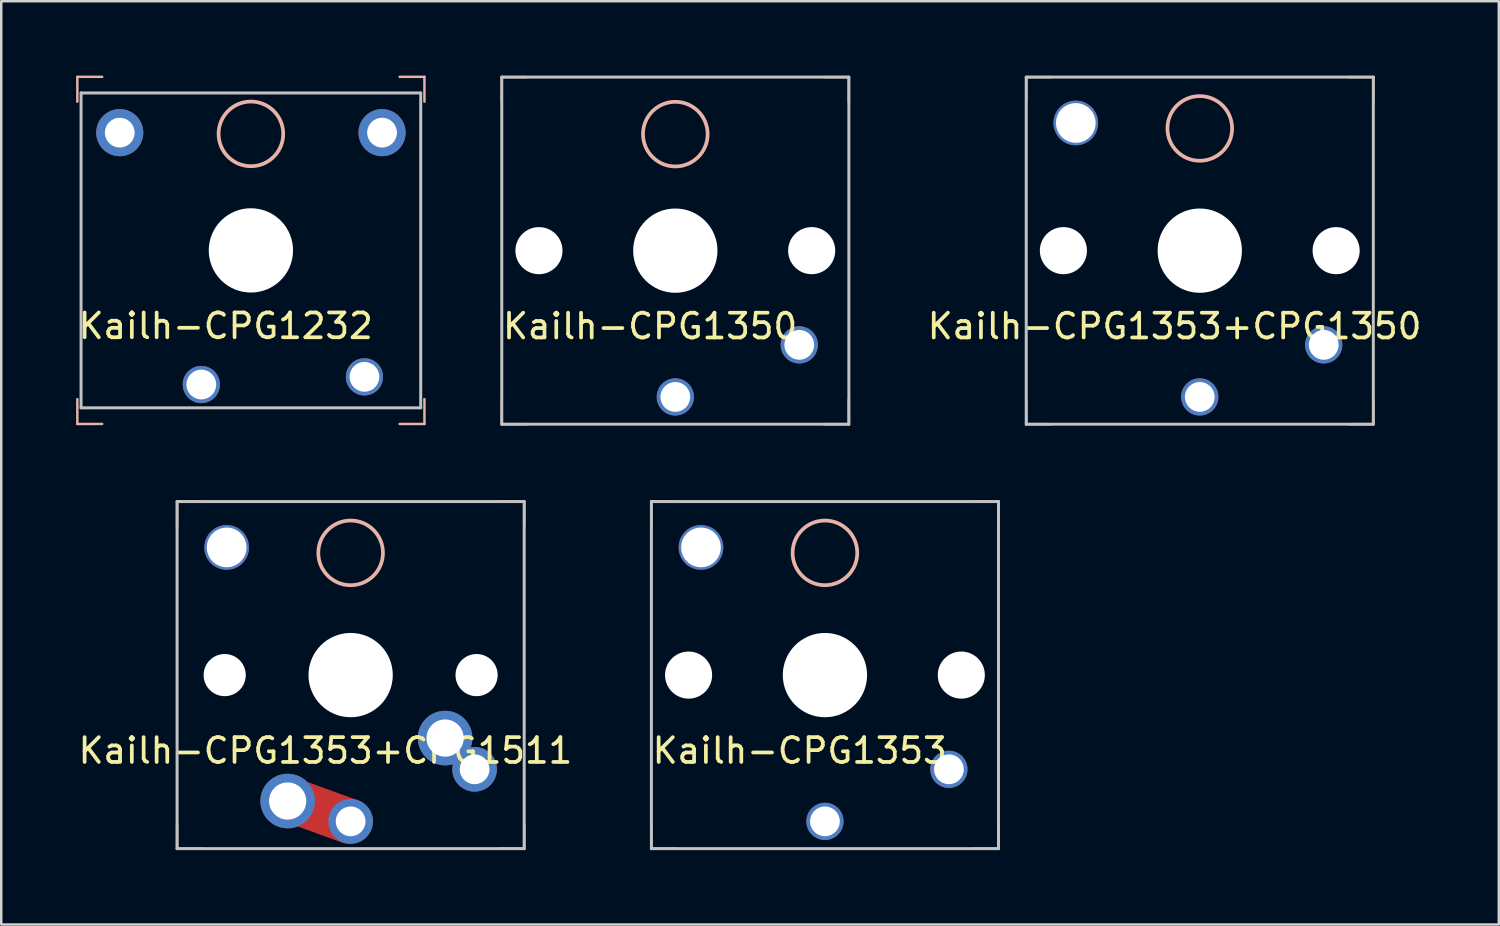
<source format=kicad_pcb>
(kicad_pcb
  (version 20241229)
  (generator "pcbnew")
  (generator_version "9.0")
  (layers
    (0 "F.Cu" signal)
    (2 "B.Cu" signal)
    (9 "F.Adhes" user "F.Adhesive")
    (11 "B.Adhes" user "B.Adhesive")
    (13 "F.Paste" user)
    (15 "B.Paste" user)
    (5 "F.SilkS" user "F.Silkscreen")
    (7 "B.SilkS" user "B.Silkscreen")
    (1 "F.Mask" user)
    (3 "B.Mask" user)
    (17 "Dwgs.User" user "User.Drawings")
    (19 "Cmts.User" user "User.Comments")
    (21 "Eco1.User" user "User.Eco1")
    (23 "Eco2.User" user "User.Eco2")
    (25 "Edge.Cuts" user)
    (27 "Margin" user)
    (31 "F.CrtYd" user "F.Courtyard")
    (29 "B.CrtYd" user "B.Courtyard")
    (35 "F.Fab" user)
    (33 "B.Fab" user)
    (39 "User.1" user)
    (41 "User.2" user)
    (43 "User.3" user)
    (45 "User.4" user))
  (footprint "Kailh-CPG1353"
    (layer "F.Cu")
    (at 30.224 24.18)
    (property "Reference" "Kailh-CPG1353" (at -1.016 3.048 0) (layer "F.SilkS") (effects (font (size 1 1) (thickness 0.15))))
    (attr smd)
    (fp_line (start -7 -7) (end -7 -6) (stroke (width 0.1) (type solid)) (layer "B.SilkS"))
    (fp_line (start -7 6) (end -7 7) (stroke (width 0.1) (type solid)) (layer "B.SilkS"))
    (fp_line (start -7 7) (end -6 7) (stroke (width 0.1) (type solid)) (layer "B.SilkS"))
    (fp_line (start -6 -7) (end -7 -7) (stroke (width 0.1) (type solid)) (layer "B.SilkS"))
    (fp_line (start 6 7) (end 7 7) (stroke (width 0.1) (type solid)) (layer "B.SilkS"))
    (fp_line (start 7 -7) (end 6 -7) (stroke (width 0.1) (type solid)) (layer "B.SilkS"))
    (fp_line (start 7 -6) (end 7 -7) (stroke (width 0.1) (type solid)) (layer "B.SilkS"))
    (fp_line (start 7 7) (end 7 6) (stroke (width 0.1) (type solid)) (layer "B.SilkS"))
    (fp_circle (center 0 -4.93) (end 1.304 -4.93) (stroke (width 0.15) (type solid)) (fill no) (layer "B.SilkS"))
    (fp_line (start -7 -7) (end 7 -7) (stroke (width 0.12) (type solid)) (layer "Dwgs.User"))
    (fp_line (start -7 7) (end -7 -7) (stroke (width 0.12) (type solid)) (layer "Dwgs.User"))
    (fp_line (start 7 -7) (end 7 7) (stroke (width 0.12) (type solid)) (layer "Dwgs.User"))
    (fp_line (start 7 7) (end -7 7) (stroke (width 0.12) (type solid)) (layer "Dwgs.User"))
    (pad "" np_thru_hole circle (at -5.5 0) (size 1.9 1.9) (drill 1.9) (layers "*.Cu" "*.Mask"))
    (pad "" thru_hole circle (at -5 -5.15) (size 1.8 1.8) (drill 1.6) (layers "*.Cu" "*.Mask"))
    (pad "" np_thru_hole circle (at 0 0) (size 3.4 3.4) (drill 5) (layers "*.Cu" "*.Mask"))
    (pad "" np_thru_hole circle (at 5.5 0) (size 1.9 1.9) (drill 1.9) (layers "*.Cu" "*.Mask"))
    (pad "1" thru_hole circle (at 5 3.8 180) (size 1.5 1.5) (drill 1.2) (layers "*.Cu" "*.Mask"))
    (pad "2" thru_hole circle (at 0 5.9 180) (size 1.5 1.5) (drill 1.2) (layers "*.Cu" "*.Mask")))
  (footprint "Kailh-CPG1353+CPG1350"
    (layer "F.Cu")
    (at 45.343 7.06)
    (property "Reference" "Kailh-CPG1353+CPG1350" (at -1.016 3.048 0) (layer "F.SilkS") (effects (font (size 1 1) (thickness 0.15))))
    (attr smd)
    (fp_line (start -7 -7) (end -7 -6) (stroke (width 0.1) (type solid)) (layer "B.SilkS"))
    (fp_line (start -7 6) (end -7 7) (stroke (width 0.1) (type solid)) (layer "B.SilkS"))
    (fp_line (start -7 7) (end -6 7) (stroke (width 0.1) (type solid)) (layer "B.SilkS"))
    (fp_line (start -6 -7) (end -7 -7) (stroke (width 0.1) (type solid)) (layer "B.SilkS"))
    (fp_line (start 6 7) (end 7 7) (stroke (width 0.1) (type solid)) (layer "B.SilkS"))
    (fp_line (start 7 -7) (end 6 -7) (stroke (width 0.1) (type solid)) (layer "B.SilkS"))
    (fp_line (start 7 -6) (end 7 -7) (stroke (width 0.1) (type solid)) (layer "B.SilkS"))
    (fp_line (start 7 7) (end 7 6) (stroke (width 0.1) (type solid)) (layer "B.SilkS"))
    (fp_circle (center 0 -4.93) (end 1.304 -4.93) (stroke (width 0.15) (type solid)) (fill no) (layer "B.SilkS"))
    (fp_line (start -7 -7) (end 7 -7) (stroke (width 0.12) (type solid)) (layer "Dwgs.User"))
    (fp_line (start -7 7) (end -7 -7) (stroke (width 0.12) (type solid)) (layer "Dwgs.User"))
    (fp_line (start 7 -7) (end 7 7) (stroke (width 0.12) (type solid)) (layer "Dwgs.User"))
    (fp_line (start 7 7) (end -7 7) (stroke (width 0.12) (type solid)) (layer "Dwgs.User"))
    (pad "" np_thru_hole circle (at -5.5 0) (size 1.9 1.9) (drill 1.9) (layers "*.Cu" "*.Mask"))
    (pad "" thru_hole circle (at -5 -5.15) (size 1.8 1.8) (drill 1.6) (layers "*.Cu" "*.Mask"))
    (pad "" np_thru_hole circle (at 0 0) (size 3.4 3.4) (drill 5) (layers "*.Cu" "*.Mask"))
    (pad "" np_thru_hole circle (at 5.5 0) (size 1.9 1.9) (drill 1.9) (layers "*.Cu" "*.Mask"))
    (pad "1" thru_hole circle (at 5 3.8 180) (size 1.5 1.5) (drill 1.2) (layers "*.Cu" "*.Mask"))
    (pad "2" thru_hole circle (at 0 5.9 180) (size 1.5 1.5) (drill 1.2) (layers "*.Cu" "*.Mask")))
  (footprint "Kailh-CPG1350"
    (layer "F.Cu")
    (at 24.189 7.06)
    (property "Reference" "Kailh-CPG1350" (at -1.016 3.048 0) (layer "F.SilkS") (effects (font (size 1 1) (thickness 0.15))))
    (attr smd)
    (fp_line (start -7 -7) (end -7 -6) (stroke (width 0.1) (type solid)) (layer "B.SilkS"))
    (fp_line (start -7 6) (end -7 7) (stroke (width 0.1) (type solid)) (layer "B.SilkS"))
    (fp_line (start -7 7) (end -6 7) (stroke (width 0.1) (type solid)) (layer "B.SilkS"))
    (fp_line (start -6 -7) (end -7 -7) (stroke (width 0.1) (type solid)) (layer "B.SilkS"))
    (fp_line (start 6 7) (end 7 7) (stroke (width 0.1) (type solid)) (layer "B.SilkS"))
    (fp_line (start 7 -7) (end 6 -7) (stroke (width 0.1) (type solid)) (layer "B.SilkS"))
    (fp_line (start 7 -6) (end 7 -7) (stroke (width 0.1) (type solid)) (layer "B.SilkS"))
    (fp_line (start 7 7) (end 7 6) (stroke (width 0.1) (type solid)) (layer "B.SilkS"))
    (fp_circle (center 0 -4.7) (end -0.7 -3.6) (stroke (width 0.15) (type solid)) (fill no) (layer "B.SilkS"))
    (fp_line (start -7 -7) (end 7 -7) (stroke (width 0.12) (type solid)) (layer "Dwgs.User"))
    (fp_line (start -7 7) (end -7 -7) (stroke (width 0.12) (type solid)) (layer "Dwgs.User"))
    (fp_line (start 7 -7) (end 7 7) (stroke (width 0.12) (type solid)) (layer "Dwgs.User"))
    (fp_line (start 7 7) (end -7 7) (stroke (width 0.12) (type solid)) (layer "Dwgs.User"))
    (pad "" np_thru_hole circle (at -5.5 0) (size 1.9 1.9) (drill 1.9) (layers "*.Cu" "*.Mask"))
    (pad "" np_thru_hole circle (at 0 0) (size 3.4 3.4) (drill 3.4) (layers "*.Cu" "*.Mask"))
    (pad "" np_thru_hole circle (at 5.5 0) (size 1.9 1.9) (drill 1.9) (layers "*.Cu" "*.Mask"))
    (pad "1" thru_hole circle (at 5 3.8 180) (size 1.5 1.5) (drill 1.2) (layers "*.Cu" "*.Mask"))
    (pad "2" thru_hole circle (at 0 5.9 180) (size 1.5 1.5) (drill 1.2) (layers "*.Cu" "*.Mask")))
  (footprint "Kailh-CPG1353+CPG1511"
    (layer "F.Cu")
    (at 11.093 24.18)
    (property "Reference" "Kailh-CPG1353+CPG1511" (at -1.016 3.048 0) (layer "F.SilkS") (effects (font (size 1 1) (thickness 0.15))))
    (attr smd)
    (fp_line (start -7 -7) (end -7 -6) (stroke (width 0.1) (type solid)) (layer "B.SilkS"))
    (fp_line (start -7 6) (end -7 7) (stroke (width 0.1) (type solid)) (layer "B.SilkS"))
    (fp_line (start -7 7) (end -6 7) (stroke (width 0.1) (type solid)) (layer "B.SilkS"))
    (fp_line (start -6 -7) (end -7 -7) (stroke (width 0.1) (type solid)) (layer "B.SilkS"))
    (fp_line (start 6 7) (end 7 7) (stroke (width 0.1) (type solid)) (layer "B.SilkS"))
    (fp_line (start 7 -7) (end 6 -7) (stroke (width 0.1) (type solid)) (layer "B.SilkS"))
    (fp_line (start 7 -6) (end 7 -7) (stroke (width 0.1) (type solid)) (layer "B.SilkS"))
    (fp_line (start 7 7) (end 7 6) (stroke (width 0.1) (type solid)) (layer "B.SilkS"))
    (fp_circle (center 0 -4.93) (end 1.304 -4.93) (stroke (width 0.15) (type solid)) (fill no) (layer "B.SilkS"))
    (fp_line (start -7 -7) (end 7 -7) (stroke (width 0.12) (type solid)) (layer "Dwgs.User"))
    (fp_line (start -7 7) (end -7 -7) (stroke (width 0.12) (type solid)) (layer "Dwgs.User"))
    (fp_line (start 7 -7) (end 7 7) (stroke (width 0.12) (type solid)) (layer "Dwgs.User"))
    (fp_line (start 7 7) (end -7 7) (stroke (width 0.12) (type solid)) (layer "Dwgs.User"))
    (pad "" np_thru_hole circle (at -5.08 0) (size 1.7 1.7) (drill 1.7) (layers "*.Cu" "*.Mask"))
    (pad "" thru_hole circle (at -5 -5.15) (size 1.8 1.8) (drill 1.6) (layers "*.Cu" "*.Mask"))
    (pad "" np_thru_hole circle (at 0 0) (size 3.4 3.4) (drill 5) (layers "*.Cu" "*.Mask"))
    (pad "" np_thru_hole circle (at 5.08 0) (size 1.7 1.7) (drill 1.7) (layers "*.Cu" "*.Mask"))
    (pad "1" thru_hole circle (at 3.81 2.54) (size 2.2 2.2) (drill 1.5) (layers "*.Cu" "*.Mask"))
    (pad "1" thru_hole circle (at 5 3.8 180) (size 1.8 1.8) (drill 1.2) (layers "*.Cu" "*.Mask"))
    (pad "2" thru_hole circle (at -2.54 5.08) (size 2.2 2.2) (drill 1.5) (layers "*.Cu" "*.Mask"))
    (pad "2" smd oval (at -1.3 5.44 340) (size 4.5 1.82) (layers "F.Cu" "F.Mask"))
    (pad "2" thru_hole circle (at 0 5.9 180) (size 1.8 1.8) (drill 1.2) (layers "*.Cu" "*.Mask")))
  (footprint "Kailh-CPG1232"
    (layer "F.Cu")
    (at 7.07 7.05)
    (property "Reference" "Kailh-CPG1232" (at -1.016 3.048 0) (layer "F.SilkS") (effects (font (size 1 1) (thickness 0.15))))
    (attr smd)
    (fp_line (start -7 -7) (end -7 -6) (stroke (width 0.1) (type solid)) (layer "B.SilkS"))
    (fp_line (start -7 6) (end -7 7) (stroke (width 0.1) (type solid)) (layer "B.SilkS"))
    (fp_line (start -7 7) (end -6 7) (stroke (width 0.1) (type solid)) (layer "B.SilkS"))
    (fp_line (start -6 -7) (end -7 -7) (stroke (width 0.1) (type solid)) (layer "B.SilkS"))
    (fp_line (start 6 7) (end 7 7) (stroke (width 0.1) (type solid)) (layer "B.SilkS"))
    (fp_line (start 7 -7) (end 6 -7) (stroke (width 0.1) (type solid)) (layer "B.SilkS"))
    (fp_line (start 7 -6) (end 7 -7) (stroke (width 0.1) (type solid)) (layer "B.SilkS"))
    (fp_line (start 7 7) (end 7 6) (stroke (width 0.1) (type solid)) (layer "B.SilkS"))
    (fp_circle (center 0 -4.7) (end -0.7 -3.6) (stroke (width 0.15) (type solid)) (fill no) (layer "B.SilkS"))
    (fp_line (start -6.85 -6.35) (end 6.85 -6.35) (stroke (width 0.12) (type solid)) (layer "Dwgs.User"))
    (fp_line (start -6.85 6.35) (end -6.85 -6.35) (stroke (width 0.12) (type solid)) (layer "Dwgs.User"))
    (fp_line (start 6.85 -6.35) (end 6.85 6.35) (stroke (width 0.12) (type solid)) (layer "Dwgs.User"))
    (fp_line (start 6.85 6.35) (end -6.85 6.35) (stroke (width 0.12) (type solid)) (layer "Dwgs.User"))
    (pad "" np_thru_hole circle (at -5.29 -4.75) (size 1.9 1.9) (drill 1.2) (layers "*.Cu" "*.Mask"))
    (pad "" np_thru_hole circle (at 0 0) (size 3.4 3.4) (drill 3.4) (layers "*.Cu" "*.Mask"))
    (pad "" np_thru_hole circle (at 5.29 -4.75) (size 1.9 1.9) (drill 1.2) (layers "*.Cu" "*.Mask"))
    (pad "1" thru_hole circle (at 4.58 5.1 180) (size 1.5 1.5) (drill 1.2) (layers "*.Cu" "*.Mask"))
    (pad "2" thru_hole circle (at -2 5.41 180) (size 1.5 1.5) (drill 1.2) (layers "*.Cu" "*.Mask")))
  (gr_rect
    (start -3 -3)
    (end 57.404 34.24)
    (stroke (width 0.1) (type default))
    (fill no)
    (layer "Edge.Cuts")))
</source>
